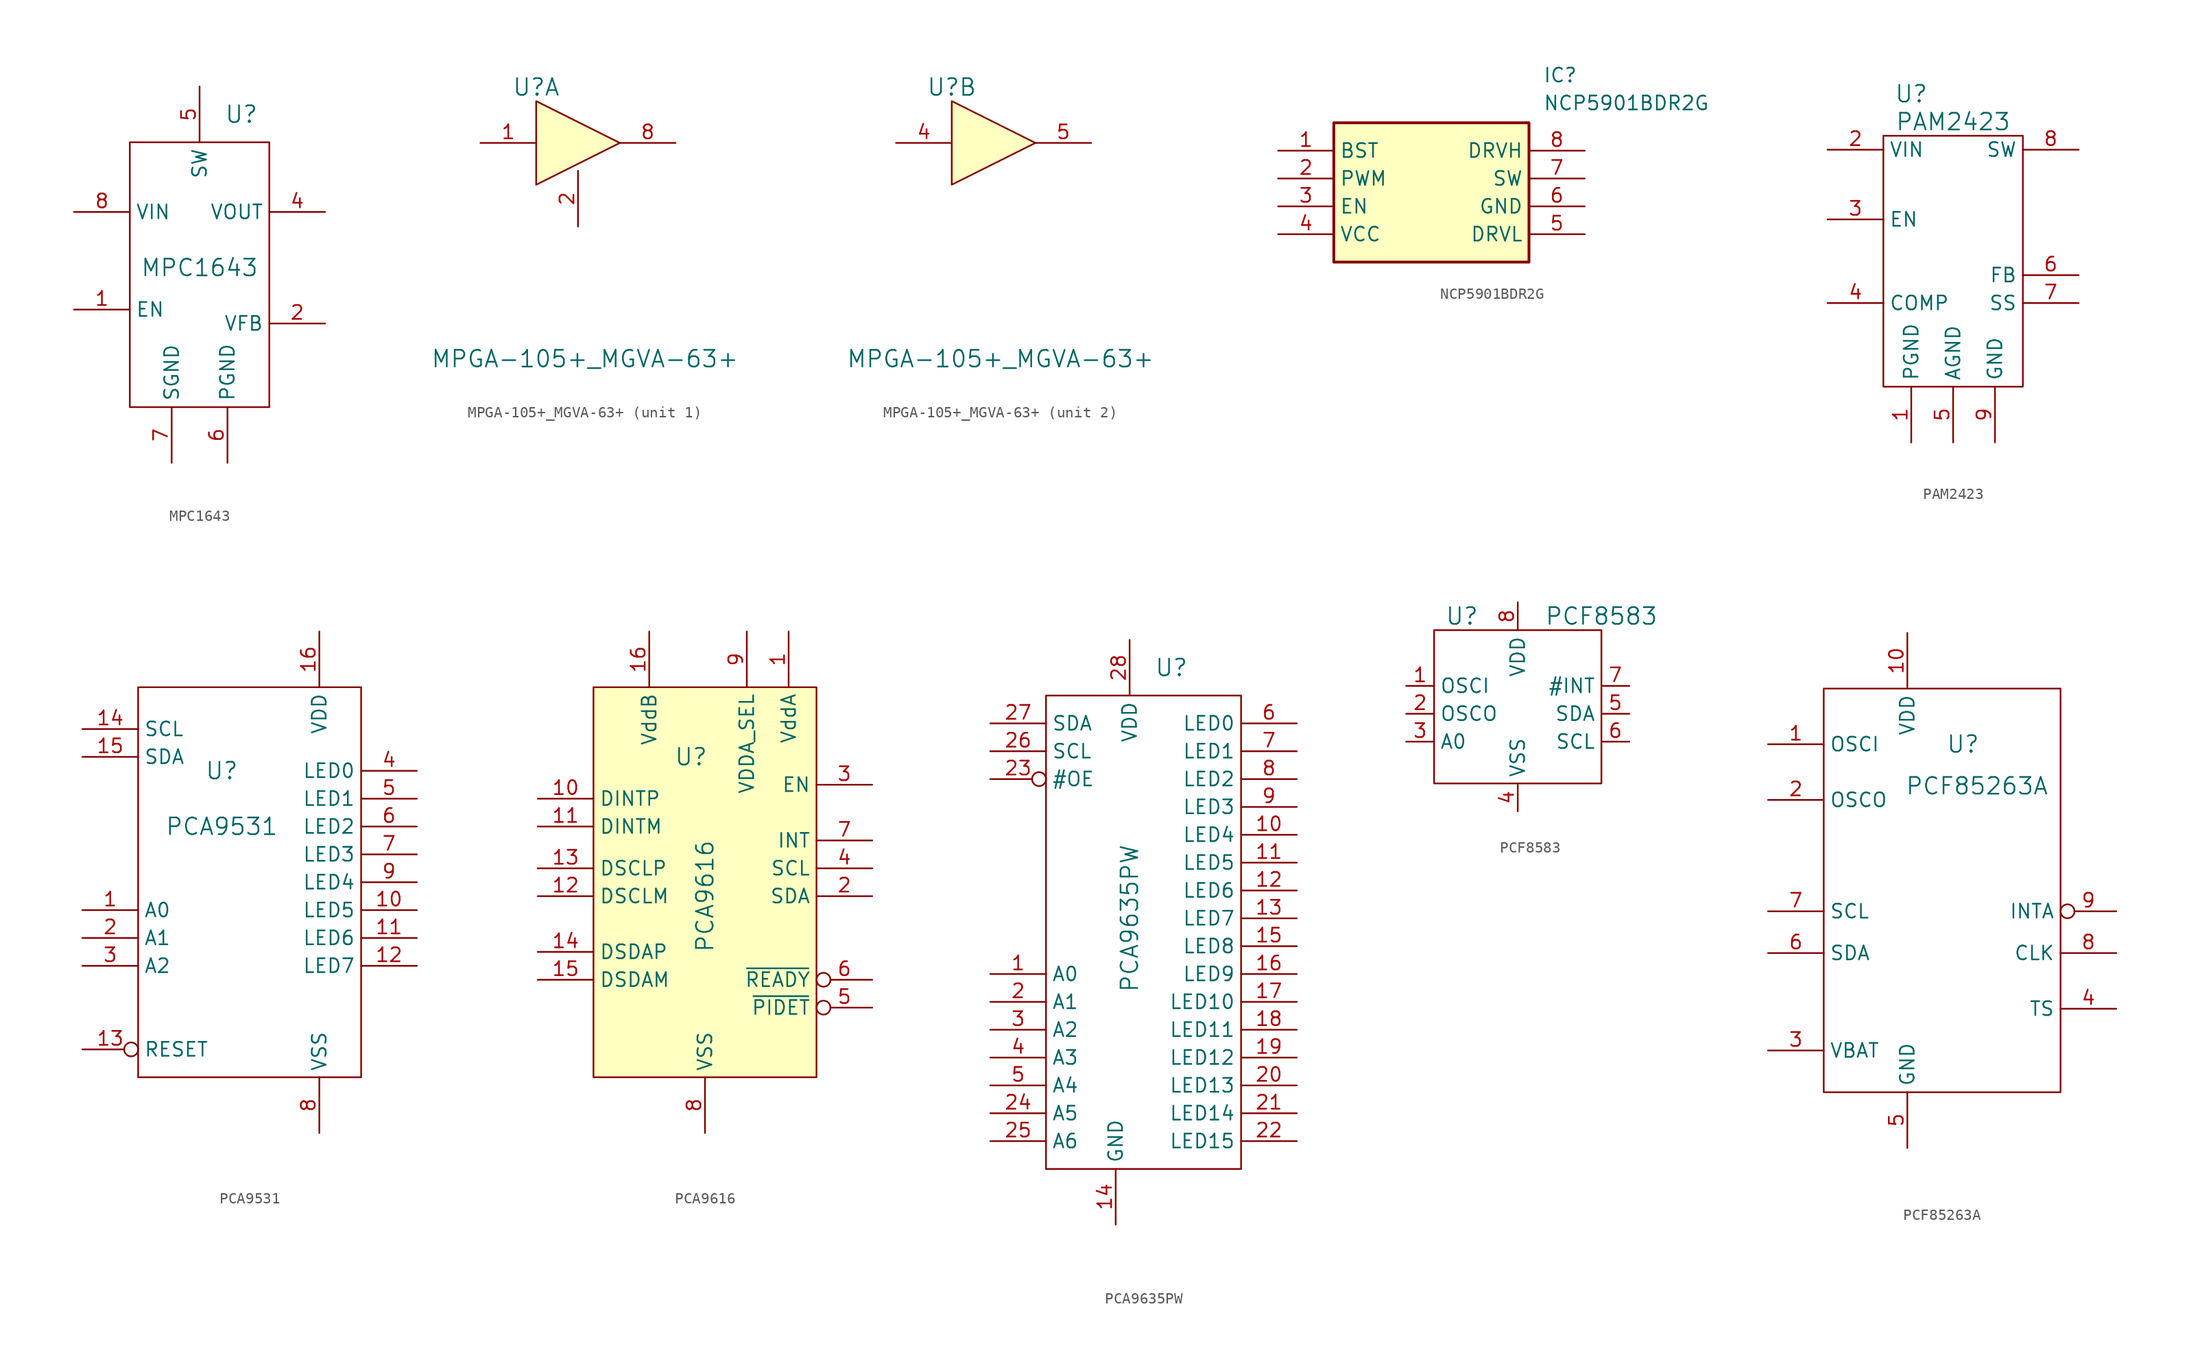
<source format=kicad_sym>
(kicad_symbol_lib
  (version 20220914)
  (generator kicad_symbol_editor)
  (symbol "MPC1643"
    (property "Reference" "U"
      (at 3.81 13.97 0)
      (effects (font (size 1.524 1.524))))
    (property "Value" "MPC1643"
      (at 0 0 0)
      (effects (font (size 1.524 1.524))))
    (property "Footprint" ""
      (at 0 0 0)
      (effects (font (size 1.524 1.524))))
    (property "Datasheet" ""
      (at 0 0 0)
      (effects (font (size 1.524 1.524))))
    (symbol "MPC1643_0_1"
      (rectangle (start -6.35 11.43) (end 6.35 -12.7) (stroke (width 0) (type default)) (fill (type none))))
    (symbol "MPC1643_1_1"
      (pin unspecified line (at -11.43 -3.81 0) (length 5.08) (name "EN" (effects (font (size 1.27 1.27)))) (number "1" (effects (font (size 1.27 1.27)))))
      (pin unspecified line (at 11.43 -5.08 180) (length 5.08) (name "VFB" (effects (font (size 1.27 1.27)))) (number "2" (effects (font (size 1.27 1.27)))))
      (pin unspecified line (at 11.43 5.08 180) (length 5.08) (name "VOUT" (effects (font (size 1.27 1.27)))) (number "4" (effects (font (size 1.27 1.27)))))
      (pin unspecified line (at 0 16.51 270) (length 5.08) (name "SW" (effects (font (size 1.27 1.27)))) (number "5" (effects (font (size 1.27 1.27)))))
      (pin unspecified line (at 2.54 -17.78 90) (length 5.08) (name "PGND" (effects (font (size 1.27 1.27)))) (number "6" (effects (font (size 1.27 1.27)))))
      (pin unspecified line (at -2.54 -17.78 90) (length 5.08) (name "SGND" (effects (font (size 1.27 1.27)))) (number "7" (effects (font (size 1.27 1.27)))))
      (pin unspecified line (at -11.43 5.08 0) (length 5.08) (name "VIN" (effects (font (size 1.27 1.27)))) (number "8" (effects (font (size 1.27 1.27)))))))
  (symbol "MPGA-105+_MGVA-63+"
    (pin_names hide)
    (property "Reference" "U"
      (at -3.81 11.43 0)
      (effects (font (size 1.524 1.524))))
    (property "Value" "MPGA-105+_MGVA-63+"
      (at 0.635 -13.335 0)
      (effects (font (size 1.524 1.524))))
    (symbol "MPGA-105+_MGVA-63+_0_1"
      (polyline (pts (xy -3.81 10.16) (xy -3.81 2.54) (xy -1.27 3.81) (xy 3.81 6.35) (xy -3.81 10.16)) (stroke (width 0) (type default)) (fill (type background))))
    (symbol "MPGA-105+_MGVA-63+_1_1"
      (pin input line (at -8.89 6.35 0) (length 5.08) (name "RF_IN" (effects (font (size 1.27 1.27)))) (number "1" (effects (font (size 1.27 1.27)))))
      (pin power_in line (at 0 -1.27 90) (length 5.08) (name "GND" (effects (font (size 1.27 1.27)))) (number "2" (effects (font (size 1.27 1.27)))))
      (pin power_in line (at 0 -1.27 90) (length 5.08) hide (name "GND" (effects (font (size 1.27 1.27)))) (number "3" (effects (font (size 1.27 1.27)))))
      (pin power_in line (at 0 -1.27 90) (length 5.08) hide (name "GND" (effects (font (size 1.27 1.27)))) (number "6" (effects (font (size 1.27 1.27)))))
      (pin power_in line (at 0 -1.27 90) (length 5.08) hide (name "GND" (effects (font (size 1.27 1.27)))) (number "7" (effects (font (size 1.27 1.27)))))
      (pin output line (at 8.89 6.35 180) (length 5.08) (name "RF_OUT" (effects (font (size 1.27 1.27)))) (number "8" (effects (font (size 1.27 1.27))))))
    (symbol "MPGA-105+_MGVA-63+_2_1"
      (pin input line (at -8.89 6.35 0) (length 5.08) (name "RF_IN" (effects (font (size 1.27 1.27)))) (number "4" (effects (font (size 1.27 1.27)))))
      (pin output line (at 8.89 6.35 180) (length 5.08) (name "RF_OUT" (effects (font (size 1.27 1.27)))) (number "5" (effects (font (size 1.27 1.27)))))))
  (symbol "NCP5901BDR2G"
    (property "Reference" "IC"
      (at 24.13 7.62 0)
      (effects (font (size 1.27 1.27)) (justify left top)))
    (property "Value" "NCP5901BDR2G"
      (at 24.13 5.08 0)
      (effects (font (size 1.27 1.27)) (justify left top)))
    (symbol "NCP5901BDR2G_1_1"
      (rectangle (start 5.08 2.54) (end 22.86 -10.16) (stroke (width 0.254) (type default)) (fill (type background)))
      (pin passive line (at 0 0 0) (length 5.08) (name "BST" (effects (font (size 1.27 1.27)))) (number "1" (effects (font (size 1.27 1.27)))))
      (pin passive line (at 0 -2.54 0) (length 5.08) (name "PWM" (effects (font (size 1.27 1.27)))) (number "2" (effects (font (size 1.27 1.27)))))
      (pin passive line (at 0 -5.08 0) (length 5.08) (name "EN" (effects (font (size 1.27 1.27)))) (number "3" (effects (font (size 1.27 1.27)))))
      (pin passive line (at 0 -7.62 0) (length 5.08) (name "VCC" (effects (font (size 1.27 1.27)))) (number "4" (effects (font (size 1.27 1.27)))))
      (pin passive line (at 27.94 -7.62 180) (length 5.08) (name "DRVL" (effects (font (size 1.27 1.27)))) (number "5" (effects (font (size 1.27 1.27)))))
      (pin passive line (at 27.94 -5.08 180) (length 5.08) (name "GND" (effects (font (size 1.27 1.27)))) (number "6" (effects (font (size 1.27 1.27)))))
      (pin passive line (at 27.94 -2.54 180) (length 5.08) (name "SW" (effects (font (size 1.27 1.27)))) (number "7" (effects (font (size 1.27 1.27)))))
      (pin passive line (at 27.94 0 180) (length 5.08) (name "DRVH" (effects (font (size 1.27 1.27)))) (number "8" (effects (font (size 1.27 1.27)))))))
  (symbol "PAM2423"
    (property "Reference" "U"
      (at -3.81 13.97 0)
      (effects (font (size 1.524 1.524))))
    (property "Value" "PAM2423"
      (at 0 11.43 0)
      (effects (font (size 1.524 1.524))))
    (property "Footprint" ""
      (at -2.54 -3.81 0)
      (effects (font (size 1.524 1.524))))
    (property "Datasheet" ""
      (at -2.54 -3.81 0)
      (effects (font (size 1.524 1.524))))
    (symbol "PAM2423_0_1"
      (rectangle (start -6.35 10.16) (end 6.35 -12.7) (stroke (width 0) (type default)) (fill (type none))))
    (symbol "PAM2423_1_1"
      (pin passive line (at -3.81 -17.78 90) (length 5.08) (name "PGND" (effects (font (size 1.27 1.27)))) (number "1" (effects (font (size 1.27 1.27)))))
      (pin passive line (at -11.43 8.89 0) (length 5.08) (name "VIN" (effects (font (size 1.27 1.27)))) (number "2" (effects (font (size 1.27 1.27)))))
      (pin output line (at -11.43 2.54 0) (length 5.08) (name "EN" (effects (font (size 1.27 1.27)))) (number "3" (effects (font (size 1.27 1.27)))))
      (pin power_in line (at -11.43 -5.08 0) (length 5.08) (name "COMP" (effects (font (size 1.27 1.27)))) (number "4" (effects (font (size 1.27 1.27)))))
      (pin power_in line (at 0 -17.78 90) (length 5.08) (name "AGND" (effects (font (size 1.27 1.27)))) (number "5" (effects (font (size 1.27 1.27)))))
      (pin power_in line (at 11.43 -2.54 180) (length 5.08) (name "FB" (effects (font (size 1.27 1.27)))) (number "6" (effects (font (size 1.27 1.27)))))
      (pin power_in line (at 11.43 -5.08 180) (length 5.08) (name "SS" (effects (font (size 1.27 1.27)))) (number "7" (effects (font (size 1.27 1.27)))))
      (pin power_in line (at 11.43 8.89 180) (length 5.08) (name "SW" (effects (font (size 1.27 1.27)))) (number "8" (effects (font (size 1.27 1.27)))))
      (pin power_in line (at 3.81 -17.78 90) (length 5.08) (name "GND" (effects (font (size 1.27 1.27)))) (number "9" (effects (font (size 1.27 1.27)))))))
  (symbol "PCA9531"
    (property "Reference" "U"
      (at -1.27 10.16 0)
      (effects (font (size 1.524 1.524))))
    (property "Value" "PCA9531"
      (at -1.27 5.08 0)
      (effects (font (size 1.524 1.524))))
    (property "Footprint" ""
      (at 5.08 -1.27 0)
      (effects (font (size 1.524 1.524))))
    (property "Datasheet" ""
      (at 5.08 -1.27 0)
      (effects (font (size 1.524 1.524))))
    (symbol "PCA9531_0_1"
      (rectangle (start -8.89 17.78) (end 11.43 -17.78) (stroke (width 0) (type default)) (fill (type none))))
    (symbol "PCA9531_1_1"
      (pin input line (at -13.97 -2.54 0) (length 5.08) (name "A0" (effects (font (size 1.27 1.27)))) (number "1" (effects (font (size 1.27 1.27)))))
      (pin input line (at 16.51 -2.54 180) (length 5.08) (name "LED5" (effects (font (size 1.27 1.27)))) (number "10" (effects (font (size 1.27 1.27)))))
      (pin input line (at 16.51 -5.08 180) (length 5.08) (name "LED6" (effects (font (size 1.27 1.27)))) (number "11" (effects (font (size 1.27 1.27)))))
      (pin input line (at 16.51 -7.62 180) (length 5.08) (name "LED7" (effects (font (size 1.27 1.27)))) (number "12" (effects (font (size 1.27 1.27)))))
      (pin input inverted (at -13.97 -15.24 0) (length 5.08) (name "RESET" (effects (font (size 1.27 1.27)))) (number "13" (effects (font (size 1.27 1.27)))))
      (pin input line (at -13.97 13.97 0) (length 5.08) (name "SCL" (effects (font (size 1.27 1.27)))) (number "14" (effects (font (size 1.27 1.27)))))
      (pin input line (at -13.97 11.43 0) (length 5.08) (name "SDA" (effects (font (size 1.27 1.27)))) (number "15" (effects (font (size 1.27 1.27)))))
      (pin input line (at 7.62 22.86 270) (length 5.08) (name "VDD" (effects (font (size 1.27 1.27)))) (number "16" (effects (font (size 1.27 1.27)))))
      (pin input line (at -13.97 -5.08 0) (length 5.08) (name "A1" (effects (font (size 1.27 1.27)))) (number "2" (effects (font (size 1.27 1.27)))))
      (pin input line (at -13.97 -7.62 0) (length 5.08) (name "A2" (effects (font (size 1.27 1.27)))) (number "3" (effects (font (size 1.27 1.27)))))
      (pin input line (at 16.51 10.16 180) (length 5.08) (name "LED0" (effects (font (size 1.27 1.27)))) (number "4" (effects (font (size 1.27 1.27)))))
      (pin input line (at 16.51 7.62 180) (length 5.08) (name "LED1" (effects (font (size 1.27 1.27)))) (number "5" (effects (font (size 1.27 1.27)))))
      (pin input line (at 16.51 5.08 180) (length 5.08) (name "LED2" (effects (font (size 1.27 1.27)))) (number "6" (effects (font (size 1.27 1.27)))))
      (pin input line (at 16.51 2.54 180) (length 5.08) (name "LED3" (effects (font (size 1.27 1.27)))) (number "7" (effects (font (size 1.27 1.27)))))
      (pin input line (at 7.62 -22.86 90) (length 5.08) (name "VSS" (effects (font (size 1.27 1.27)))) (number "8" (effects (font (size 1.27 1.27)))))
      (pin input line (at 16.51 0 180) (length 5.08) (name "LED4" (effects (font (size 1.27 1.27)))) (number "9" (effects (font (size 1.27 1.27)))))))
  (symbol "PCA9616"
    (property "Reference" "U"
      (at 0 11.43 0)
      (effects (font (size 1.524 1.524))))
    (property "Value" "PCA9616"
      (at 1.27 -1.27 90)
      (effects (font (size 1.524 1.524))))
    (property "Footprint" ""
      (at 5.08 -1.27 0)
      (effects (font (size 1.524 1.524))))
    (property "Datasheet" ""
      (at 5.08 -1.27 0)
      (effects (font (size 1.524 1.524))))
    (symbol "PCA9616_0_1"
      (rectangle (start -8.89 17.78) (end 11.43 -17.78) (stroke (width 0) (type default)) (fill (type background))))
    (symbol "PCA9616_1_1"
      (pin input line (at 8.89 22.86 270) (length 5.08) (name "VddA" (effects (font (size 1.27 1.27)))) (number "1" (effects (font (size 1.27 1.27)))))
      (pin bidirectional line (at -13.97 7.62 0) (length 5.08) (name "DINTP" (effects (font (size 1.27 1.27)))) (number "10" (effects (font (size 1.27 1.27)))))
      (pin bidirectional line (at -13.97 5.08 0) (length 5.08) (name "DINTM" (effects (font (size 1.27 1.27)))) (number "11" (effects (font (size 1.27 1.27)))))
      (pin bidirectional line (at -13.97 -1.27 0) (length 5.08) (name "DSCLM" (effects (font (size 1.27 1.27)))) (number "12" (effects (font (size 1.27 1.27)))))
      (pin input line (at -13.97 1.27 0) (length 5.08) (name "DSCLP" (effects (font (size 1.27 1.27)))) (number "13" (effects (font (size 1.27 1.27)))))
      (pin bidirectional line (at -13.97 -6.35 0) (length 5.08) (name "DSDAP" (effects (font (size 1.27 1.27)))) (number "14" (effects (font (size 1.27 1.27)))))
      (pin bidirectional line (at -13.97 -8.89 0) (length 5.08) (name "DSDAM" (effects (font (size 1.27 1.27)))) (number "15" (effects (font (size 1.27 1.27)))))
      (pin input line (at -3.81 22.86 270) (length 5.08) (name "VddB" (effects (font (size 1.27 1.27)))) (number "16" (effects (font (size 1.27 1.27)))))
      (pin bidirectional line (at 16.51 -1.27 180) (length 5.08) (name "SDA" (effects (font (size 1.27 1.27)))) (number "2" (effects (font (size 1.27 1.27)))))
      (pin input line (at 16.51 8.89 180) (length 5.08) (name "EN" (effects (font (size 1.27 1.27)))) (number "3" (effects (font (size 1.27 1.27)))))
      (pin bidirectional line (at 16.51 1.27 180) (length 5.08) (name "SCL" (effects (font (size 1.27 1.27)))) (number "4" (effects (font (size 1.27 1.27)))))
      (pin open_collector inverted (at 16.51 -11.43 180) (length 5.08) (name "~{PIDET}" (effects (font (size 1.27 1.27)))) (number "5" (effects (font (size 1.27 1.27)))))
      (pin open_collector inverted (at 16.51 -8.89 180) (length 5.08) (name "~{READY}" (effects (font (size 1.27 1.27)))) (number "6" (effects (font (size 1.27 1.27)))))
      (pin bidirectional line (at 16.51 3.81 180) (length 5.08) (name "INT" (effects (font (size 1.27 1.27)))) (number "7" (effects (font (size 1.27 1.27)))))
      (pin input line (at 1.27 -22.86 90) (length 5.08) (name "VSS" (effects (font (size 1.27 1.27)))) (number "8" (effects (font (size 1.27 1.27)))))
      (pin input line (at 5.08 22.86 270) (length 5.08) (name "VDDA_SEL" (effects (font (size 1.27 1.27)))) (number "9" (effects (font (size 1.27 1.27)))))))
  (symbol "PCA9635PW"
    (property "Reference" "U"
      (at 2.54 24.13 0)
      (effects (font (size 1.524 1.524))))
    (property "Value" "PCA9635PW"
      (at -1.27 1.27 90)
      (effects (font (size 1.524 1.524))))
    (property "Footprint" ""
      (at 0 0 0)
      (effects (font (size 1.524 1.524))))
    (property "Datasheet" ""
      (at 0 0 0)
      (effects (font (size 1.524 1.524))))
    (symbol "PCA9635PW_0_1"
      (rectangle (start -8.89 21.59) (end 8.89 -21.59) (stroke (width 0) (type default)) (fill (type none))))
    (symbol "PCA9635PW_1_1"
      (pin unspecified line (at -13.97 -3.81 0) (length 5.08) (name "A0" (effects (font (size 1.27 1.27)))) (number "1" (effects (font (size 1.27 1.27)))))
      (pin unspecified line (at 13.97 8.89 180) (length 5.08) (name "LED4" (effects (font (size 1.27 1.27)))) (number "10" (effects (font (size 1.27 1.27)))))
      (pin unspecified line (at 13.97 6.35 180) (length 5.08) (name "LED5" (effects (font (size 1.27 1.27)))) (number "11" (effects (font (size 1.27 1.27)))))
      (pin unspecified line (at 13.97 3.81 180) (length 5.08) (name "LED6" (effects (font (size 1.27 1.27)))) (number "12" (effects (font (size 1.27 1.27)))))
      (pin unspecified line (at 13.97 1.27 180) (length 5.08) (name "LED7" (effects (font (size 1.27 1.27)))) (number "13" (effects (font (size 1.27 1.27)))))
      (pin unspecified line (at -2.54 -26.67 90) (length 5.08) (name "GND" (effects (font (size 1.27 1.27)))) (number "14" (effects (font (size 1.27 1.27)))))
      (pin unspecified line (at 13.97 -1.27 180) (length 5.08) (name "LED8" (effects (font (size 1.27 1.27)))) (number "15" (effects (font (size 1.27 1.27)))))
      (pin unspecified line (at 13.97 -3.81 180) (length 5.08) (name "LED9" (effects (font (size 1.27 1.27)))) (number "16" (effects (font (size 1.27 1.27)))))
      (pin unspecified line (at 13.97 -6.35 180) (length 5.08) (name "LED10" (effects (font (size 1.27 1.27)))) (number "17" (effects (font (size 1.27 1.27)))))
      (pin unspecified line (at 13.97 -8.89 180) (length 5.08) (name "LED11" (effects (font (size 1.27 1.27)))) (number "18" (effects (font (size 1.27 1.27)))))
      (pin unspecified line (at 13.97 -11.43 180) (length 5.08) (name "LED12" (effects (font (size 1.27 1.27)))) (number "19" (effects (font (size 1.27 1.27)))))
      (pin unspecified line (at -13.97 -6.35 0) (length 5.08) (name "A1" (effects (font (size 1.27 1.27)))) (number "2" (effects (font (size 1.27 1.27)))))
      (pin unspecified line (at 13.97 -13.97 180) (length 5.08) (name "LED13" (effects (font (size 1.27 1.27)))) (number "20" (effects (font (size 1.27 1.27)))))
      (pin unspecified line (at 13.97 -16.51 180) (length 5.08) (name "LED14" (effects (font (size 1.27 1.27)))) (number "21" (effects (font (size 1.27 1.27)))))
      (pin unspecified line (at 13.97 -19.05 180) (length 5.08) (name "LED15" (effects (font (size 1.27 1.27)))) (number "22" (effects (font (size 1.27 1.27)))))
      (pin unspecified inverted (at -13.97 13.97 0) (length 5.08) (name "#OE" (effects (font (size 1.27 1.27)))) (number "23" (effects (font (size 1.27 1.27)))))
      (pin unspecified line (at -13.97 -16.51 0) (length 5.08) (name "A5" (effects (font (size 1.27 1.27)))) (number "24" (effects (font (size 1.27 1.27)))))
      (pin unspecified line (at -13.97 -19.05 0) (length 5.08) (name "A6" (effects (font (size 1.27 1.27)))) (number "25" (effects (font (size 1.27 1.27)))))
      (pin unspecified line (at -13.97 16.51 0) (length 5.08) (name "SCL" (effects (font (size 1.27 1.27)))) (number "26" (effects (font (size 1.27 1.27)))))
      (pin unspecified line (at -13.97 19.05 0) (length 5.08) (name "SDA" (effects (font (size 1.27 1.27)))) (number "27" (effects (font (size 1.27 1.27)))))
      (pin unspecified line (at -1.27 26.67 270) (length 5.08) (name "VDD" (effects (font (size 1.27 1.27)))) (number "28" (effects (font (size 1.27 1.27)))))
      (pin unspecified line (at -13.97 -8.89 0) (length 5.08) (name "A2" (effects (font (size 1.27 1.27)))) (number "3" (effects (font (size 1.27 1.27)))))
      (pin unspecified line (at -13.97 -11.43 0) (length 5.08) (name "A3" (effects (font (size 1.27 1.27)))) (number "4" (effects (font (size 1.27 1.27)))))
      (pin unspecified line (at -13.97 -13.97 0) (length 5.08) (name "A4" (effects (font (size 1.27 1.27)))) (number "5" (effects (font (size 1.27 1.27)))))
      (pin unspecified line (at 13.97 19.05 180) (length 5.08) (name "LED0" (effects (font (size 1.27 1.27)))) (number "6" (effects (font (size 1.27 1.27)))))
      (pin unspecified line (at 13.97 16.51 180) (length 5.08) (name "LED1" (effects (font (size 1.27 1.27)))) (number "7" (effects (font (size 1.27 1.27)))))
      (pin unspecified line (at 13.97 13.97 180) (length 5.08) (name "LED2" (effects (font (size 1.27 1.27)))) (number "8" (effects (font (size 1.27 1.27)))))
      (pin unspecified line (at 13.97 11.43 180) (length 5.08) (name "LED3" (effects (font (size 1.27 1.27)))) (number "9" (effects (font (size 1.27 1.27)))))))
  (symbol "PCF8583"
    (property "Reference" "U"
      (at -5.08 10.16 0)
      (effects (font (size 1.524 1.524))))
    (property "Value" "PCF8583"
      (at 7.62 10.16 0)
      (effects (font (size 1.524 1.524))))
    (symbol "PCF8583_0_1"
      (rectangle (start -7.62 8.89) (end 7.62 -5.08) (stroke (width 0) (type default)) (fill (type none))))
    (symbol "PCF8583_1_1"
      (pin input line (at -10.16 3.81 0) (length 2.54) (name "OSCI" (effects (font (size 1.27 1.27)))) (number "1" (effects (font (size 1.27 1.27)))))
      (pin output line (at -10.16 1.27 0) (length 2.54) (name "OSCO" (effects (font (size 1.27 1.27)))) (number "2" (effects (font (size 1.27 1.27)))))
      (pin input line (at -10.16 -1.27 0) (length 2.54) (name "A0" (effects (font (size 1.27 1.27)))) (number "3" (effects (font (size 1.27 1.27)))))
      (pin power_in line (at 0 -7.62 90) (length 2.54) (name "VSS" (effects (font (size 1.27 1.27)))) (number "4" (effects (font (size 1.27 1.27)))))
      (pin bidirectional line (at 10.16 1.27 180) (length 2.54) (name "SDA" (effects (font (size 1.27 1.27)))) (number "5" (effects (font (size 1.27 1.27)))))
      (pin input line (at 10.16 -1.27 180) (length 2.54) (name "SCL" (effects (font (size 1.27 1.27)))) (number "6" (effects (font (size 1.27 1.27)))))
      (pin output line (at 10.16 3.81 180) (length 2.54) (name "#INT" (effects (font (size 1.27 1.27)))) (number "7" (effects (font (size 1.27 1.27)))))
      (pin power_in line (at 0 11.43 270) (length 2.54) (name "VDD" (effects (font (size 1.27 1.27)))) (number "8" (effects (font (size 1.27 1.27)))))))
  (symbol "PCF85263A"
    (property "Reference" "U"
      (at 5.08 12.7 0)
      (effects (font (size 1.524 1.524))))
    (property "Value" "PCF85263A"
      (at 6.35 8.89 0)
      (effects (font (size 1.524 1.524))))
    (symbol "PCF85263A_0_1"
      (rectangle (start -7.62 17.78) (end 13.97 -19.05) (stroke (width 0) (type default)) (fill (type none))))
    (symbol "PCF85263A_1_1"
      (pin input line (at -12.7 12.7 0) (length 5.08) (name "OSCI" (effects (font (size 1.27 1.27)))) (number "1" (effects (font (size 1.27 1.27)))))
      (pin input line (at 0 22.86 270) (length 5.08) (name "VDD" (effects (font (size 1.27 1.27)))) (number "10" (effects (font (size 1.27 1.27)))))
      (pin input line (at -12.7 7.62 0) (length 5.08) (name "OSCO" (effects (font (size 1.27 1.27)))) (number "2" (effects (font (size 1.27 1.27)))))
      (pin input line (at -12.7 -15.24 0) (length 5.08) (name "VBAT" (effects (font (size 1.27 1.27)))) (number "3" (effects (font (size 1.27 1.27)))))
      (pin input line (at 19.05 -11.43 180) (length 5.08) (name "TS" (effects (font (size 1.27 1.27)))) (number "4" (effects (font (size 1.27 1.27)))))
      (pin input line (at 0 -24.13 90) (length 5.08) (name "GND" (effects (font (size 1.27 1.27)))) (number "5" (effects (font (size 1.27 1.27)))))
      (pin input line (at -12.7 -6.35 0) (length 5.08) (name "SDA" (effects (font (size 1.27 1.27)))) (number "6" (effects (font (size 1.27 1.27)))))
      (pin input line (at -12.7 -2.54 0) (length 5.08) (name "SCL" (effects (font (size 1.27 1.27)))) (number "7" (effects (font (size 1.27 1.27)))))
      (pin input line (at 19.05 -6.35 180) (length 5.08) (name "CLK" (effects (font (size 1.27 1.27)))) (number "8" (effects (font (size 1.27 1.27)))))
      (pin input inverted (at 19.05 -2.54 180) (length 5.08) (name "INTA" (effects (font (size 1.27 1.27)))) (number "9" (effects (font (size 1.27 1.27))))))))
</source>
